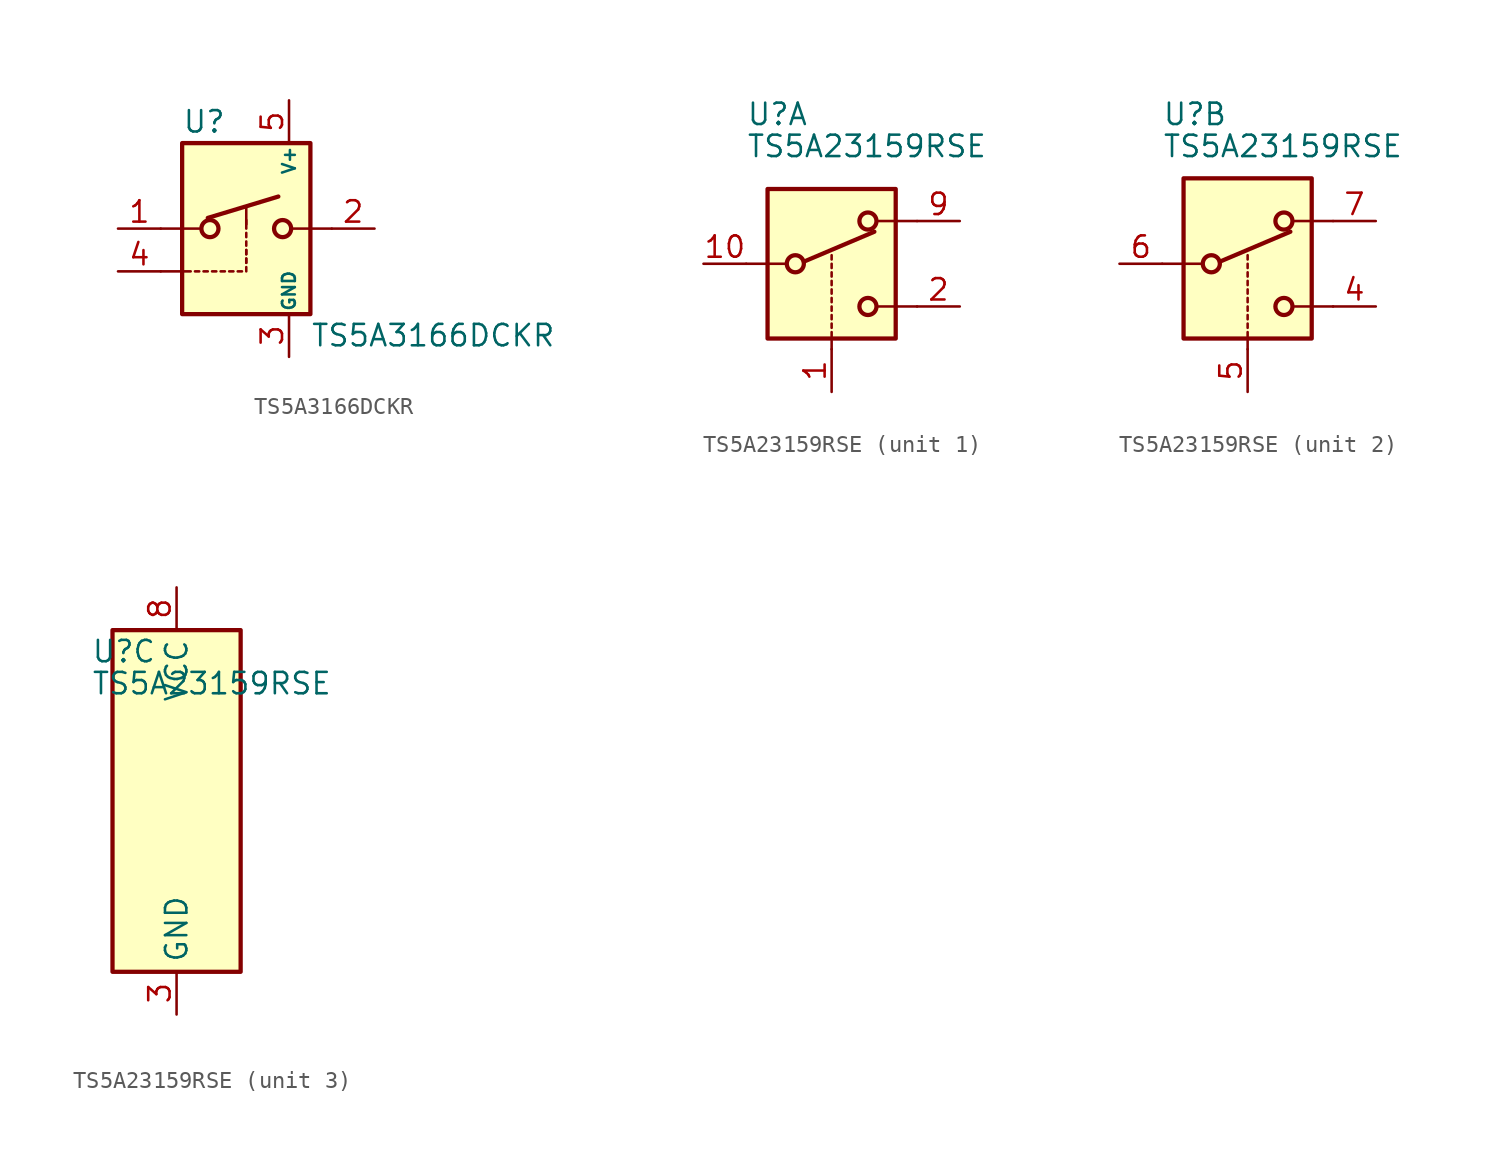
<source format=kicad_sym>
(kicad_symbol_lib
  (version 20241209)
  (generator "kicad_symbol_editor")
  (generator_version "9.0")
  (symbol "TS5A3166DCKR"
    (pin_names
      (offset 0.127))
    (property "Reference" "U"
      (at -3.81 6.35 0)
      (effects (font (size 1.27 1.27)) (justify left)))
    (property "Value" "TS5A3166DCKR"
      (at 3.81 -6.35 0)
      (effects (font (size 1.27 1.27)) (justify left)))
    (symbol "TS5A3166DCKR_0_1"
      (polyline (pts (xy -5.08 -2.54) (xy -3.302 -2.54)) (stroke (width 0) (type default)) (fill (type none)))
      (polyline (pts (xy -3.048 -2.54) (xy -2.794 -2.54)) (stroke (width 0) (type default)) (fill (type none)))
      (polyline (pts (xy -2.54 -2.54) (xy -2.286 -2.54)) (stroke (width 0) (type default)) (fill (type none)))
      (polyline (pts (xy -2.032 -2.54) (xy -1.778 -2.54)) (stroke (width 0) (type default)) (fill (type none)))
      (polyline (pts (xy -1.524 -2.54) (xy -1.27 -2.54)) (stroke (width 0) (type default)) (fill (type none)))
      (polyline (pts (xy -1.016 -2.54) (xy -0.762 -2.54)) (stroke (width 0) (type default)) (fill (type none)))
      (polyline (pts (xy -0.508 -2.54) (xy -0.254 -2.54)) (stroke (width 0) (type default)) (fill (type none)))
      (polyline (pts (xy 0 -1.524) (xy 0 -1.27)) (stroke (width 0) (type default)) (fill (type none)))
      (polyline (pts (xy 0 -2.032) (xy 0 -1.778)) (stroke (width 0) (type default)) (fill (type none))))
    (symbol "TS5A3166DCKR_1_1"
      (polyline (pts (xy -5.08 0) (xy -2.794 0)) (stroke (width 0) (type default)) (fill (type none)))
      (rectangle (start -3.81 5.08) (end 3.81 -5.08) (stroke (width 0.254) (type default)) (fill (type background)))
      (polyline (pts (xy -2.286 0.635) (xy 1.905 1.905)) (stroke (width 0.254) (type default)) (fill (type none)))
      (circle (center -2.159 0) (radius 0.508) (stroke (width 0.254) (type default)) (fill (type none)))
      (polyline (pts (xy 0 0.254) (xy 0 1.27)) (stroke (width 0) (type default)) (fill (type none)))
      (polyline (pts (xy 0 0) (xy 0 0.508)) (stroke (width 0) (type default)) (fill (type none)))
      (polyline (pts (xy 0 -0.508) (xy 0 -0.254)) (stroke (width 0) (type default)) (fill (type none)))
      (polyline (pts (xy 0 -1.016) (xy 0 -0.762)) (stroke (width 0) (type default)) (fill (type none)))
      (polyline (pts (xy 0 -1.524) (xy 0 -1.27)) (stroke (width 0) (type default)) (fill (type none)))
      (polyline (pts (xy 0 -2.032) (xy 0 -1.778)) (stroke (width 0) (type default)) (fill (type none)))
      (polyline (pts (xy 0 -2.54) (xy 0 -2.286)) (stroke (width 0) (type default)) (fill (type none)))
      (circle (center 2.159 0) (radius 0.508) (stroke (width 0.254) (type default)) (fill (type none)))
      (polyline (pts (xy 5.08 0) (xy 2.794 0)) (stroke (width 0) (type default)) (fill (type none)))
      (pin passive line (at -7.62 0 0) (length 2.54) (name "~" (effects (font (size 1.27 1.27)))) (number "1" (effects (font (size 1.27 1.27)))))
      (pin input line (at -7.62 -2.54 0) (length 2.54) (name "~" (effects (font (size 1.27 1.27)))) (number "4" (effects (font (size 1.27 1.27)))))
      (pin power_in line (at 2.54 7.62 270) (length 2.54) (name "V+" (effects (font (size 0.762 0.762)))) (number "5" (effects (font (size 1.27 1.27)))))
      (pin power_in line (at 2.54 -7.62 90) (length 2.54) (name "GND" (effects (font (size 0.762 0.762)))) (number "3" (effects (font (size 1.27 1.27)))))
      (pin passive line (at 7.62 0 180) (length 2.54) (name "~" (effects (font (size 1.27 1.27)))) (number "2" (effects (font (size 1.27 1.27)))))))
  (symbol "TS5A23159RSE"
    (property "Reference" "U"
      (at -5.08 8.89 0)
      (effects (font (size 1.27 1.27)) (justify left)))
    (property "Value" "TS5A23159RSE"
      (at -5.08 6.985 0)
      (effects (font (size 1.27 1.27)) (justify left)))
    (property "ki_locked" ""
      (at 0 0 0)
      (effects (font (size 1.27 1.27))))
    (symbol "TS5A23159RSE_1_1"
      (polyline (pts (xy -5.08 0) (xy -2.794 0)) (stroke (width 0) (type default)) (fill (type none)))
      (rectangle (start -3.81 4.445) (end 3.81 -4.445) (stroke (width 0.254) (type default)) (fill (type background)))
      (circle (center -2.159 0) (radius 0.508) (stroke (width 0.254) (type default)) (fill (type none)))
      (polyline (pts (xy -1.651 0.127) (xy 2.54 1.905)) (stroke (width 0.254) (type default)) (fill (type none)))
      (polyline (pts (xy 0 0.254) (xy 0 0.508)) (stroke (width 0) (type default)) (fill (type none)))
      (polyline (pts (xy 0 -0.254) (xy 0 0)) (stroke (width 0) (type default)) (fill (type none)))
      (polyline (pts (xy 0 -0.762) (xy 0 -0.508)) (stroke (width 0) (type default)) (fill (type none)))
      (polyline (pts (xy 0 -1.27) (xy 0 -1.016)) (stroke (width 0) (type default)) (fill (type none)))
      (polyline (pts (xy 0 -1.778) (xy 0 -1.524)) (stroke (width 0) (type default)) (fill (type none)))
      (polyline (pts (xy 0 -2.286) (xy 0 -2.032)) (stroke (width 0) (type default)) (fill (type none)))
      (polyline (pts (xy 0 -2.794) (xy 0 -2.54)) (stroke (width 0) (type default)) (fill (type none)))
      (polyline (pts (xy 0 -3.302) (xy 0 -3.048)) (stroke (width 0) (type default)) (fill (type none)))
      (polyline (pts (xy 0 -3.81) (xy 0 -3.556)) (stroke (width 0) (type default)) (fill (type none)))
      (polyline (pts (xy 0 -4.318) (xy 0 -4.064)) (stroke (width 0) (type default)) (fill (type none)))
      (polyline (pts (xy 0 -5.08) (xy 0 -4.572)) (stroke (width 0) (type default)) (fill (type none)))
      (circle (center 2.159 2.54) (radius 0.508) (stroke (width 0.254) (type default)) (fill (type none)))
      (circle (center 2.159 -2.54) (radius 0.508) (stroke (width 0.254) (type default)) (fill (type none)))
      (polyline (pts (xy 5.08 2.54) (xy 2.794 2.54)) (stroke (width 0) (type default)) (fill (type none)))
      (polyline (pts (xy 5.08 -2.54) (xy 2.794 -2.54)) (stroke (width 0) (type default)) (fill (type none)))
      (pin passive line (at -7.62 0 0) (length 2.54) (name "~" (effects (font (size 1.27 1.27)))) (number "10" (effects (font (size 1.27 1.27)))))
      (pin input line (at 0 -7.62 90) (length 2.54) (name "~" (effects (font (size 1.27 1.27)))) (number "1" (effects (font (size 1.27 1.27)))))
      (pin passive line (at 7.62 2.54 180) (length 2.54) (name "~" (effects (font (size 1.27 1.27)))) (number "9" (effects (font (size 1.27 1.27)))))
      (pin passive line (at 7.62 -2.54 180) (length 2.54) (name "~" (effects (font (size 1.27 1.27)))) (number "2" (effects (font (size 1.27 1.27))))))
    (symbol "TS5A23159RSE_2_1"
      (polyline (pts (xy -5.08 0) (xy -2.794 0)) (stroke (width 0) (type default)) (fill (type none)))
      (rectangle (start -3.81 5.08) (end 3.81 -4.445) (stroke (width 0.254) (type default)) (fill (type background)))
      (circle (center -2.159 0) (radius 0.508) (stroke (width 0.254) (type default)) (fill (type none)))
      (polyline (pts (xy -1.651 0.127) (xy 2.54 1.905)) (stroke (width 0.254) (type default)) (fill (type none)))
      (polyline (pts (xy 0 0.254) (xy 0 0.508)) (stroke (width 0) (type default)) (fill (type none)))
      (polyline (pts (xy 0 -0.254) (xy 0 0)) (stroke (width 0) (type default)) (fill (type none)))
      (polyline (pts (xy 0 -0.762) (xy 0 -0.508)) (stroke (width 0) (type default)) (fill (type none)))
      (polyline (pts (xy 0 -1.27) (xy 0 -1.016)) (stroke (width 0) (type default)) (fill (type none)))
      (polyline (pts (xy 0 -1.778) (xy 0 -1.524)) (stroke (width 0) (type default)) (fill (type none)))
      (polyline (pts (xy 0 -2.286) (xy 0 -2.032)) (stroke (width 0) (type default)) (fill (type none)))
      (polyline (pts (xy 0 -2.794) (xy 0 -2.54)) (stroke (width 0) (type default)) (fill (type none)))
      (polyline (pts (xy 0 -3.302) (xy 0 -3.048)) (stroke (width 0) (type default)) (fill (type none)))
      (polyline (pts (xy 0 -3.81) (xy 0 -3.556)) (stroke (width 0) (type default)) (fill (type none)))
      (polyline (pts (xy 0 -4.318) (xy 0 -4.064)) (stroke (width 0) (type default)) (fill (type none)))
      (polyline (pts (xy 0 -5.08) (xy 0 -4.572)) (stroke (width 0) (type default)) (fill (type none)))
      (circle (center 2.159 2.54) (radius 0.508) (stroke (width 0.254) (type default)) (fill (type none)))
      (circle (center 2.159 -2.54) (radius 0.508) (stroke (width 0.254) (type default)) (fill (type none)))
      (polyline (pts (xy 5.08 2.54) (xy 2.794 2.54)) (stroke (width 0) (type default)) (fill (type none)))
      (polyline (pts (xy 5.08 -2.54) (xy 2.794 -2.54)) (stroke (width 0) (type default)) (fill (type none)))
      (pin passive line (at -7.62 0 0) (length 2.54) (name "~" (effects (font (size 1.27 1.27)))) (number "6" (effects (font (size 1.27 1.27)))))
      (pin input line (at 0 -7.62 90) (length 2.54) (name "~" (effects (font (size 1.27 1.27)))) (number "5" (effects (font (size 1.27 1.27)))))
      (pin passive line (at 7.62 2.54 180) (length 2.54) (name "~" (effects (font (size 1.27 1.27)))) (number "7" (effects (font (size 1.27 1.27)))))
      (pin passive line (at 7.62 -2.54 180) (length 2.54) (name "~" (effects (font (size 1.27 1.27)))) (number "4" (effects (font (size 1.27 1.27))))))
    (symbol "TS5A23159RSE_3_1"
      (rectangle (start -3.81 10.16) (end 3.81 -10.16) (stroke (width 0.254) (type default)) (fill (type background)))
      (pin power_in line (at 0 12.7 270) (length 2.54) (name "VCC" (effects (font (size 1.27 1.27)))) (number "8" (effects (font (size 1.27 1.27)))))
      (pin power_in line (at 0 -12.7 90) (length 2.54) (name "GND" (effects (font (size 1.27 1.27)))) (number "3" (effects (font (size 1.27 1.27))))))))
</source>
